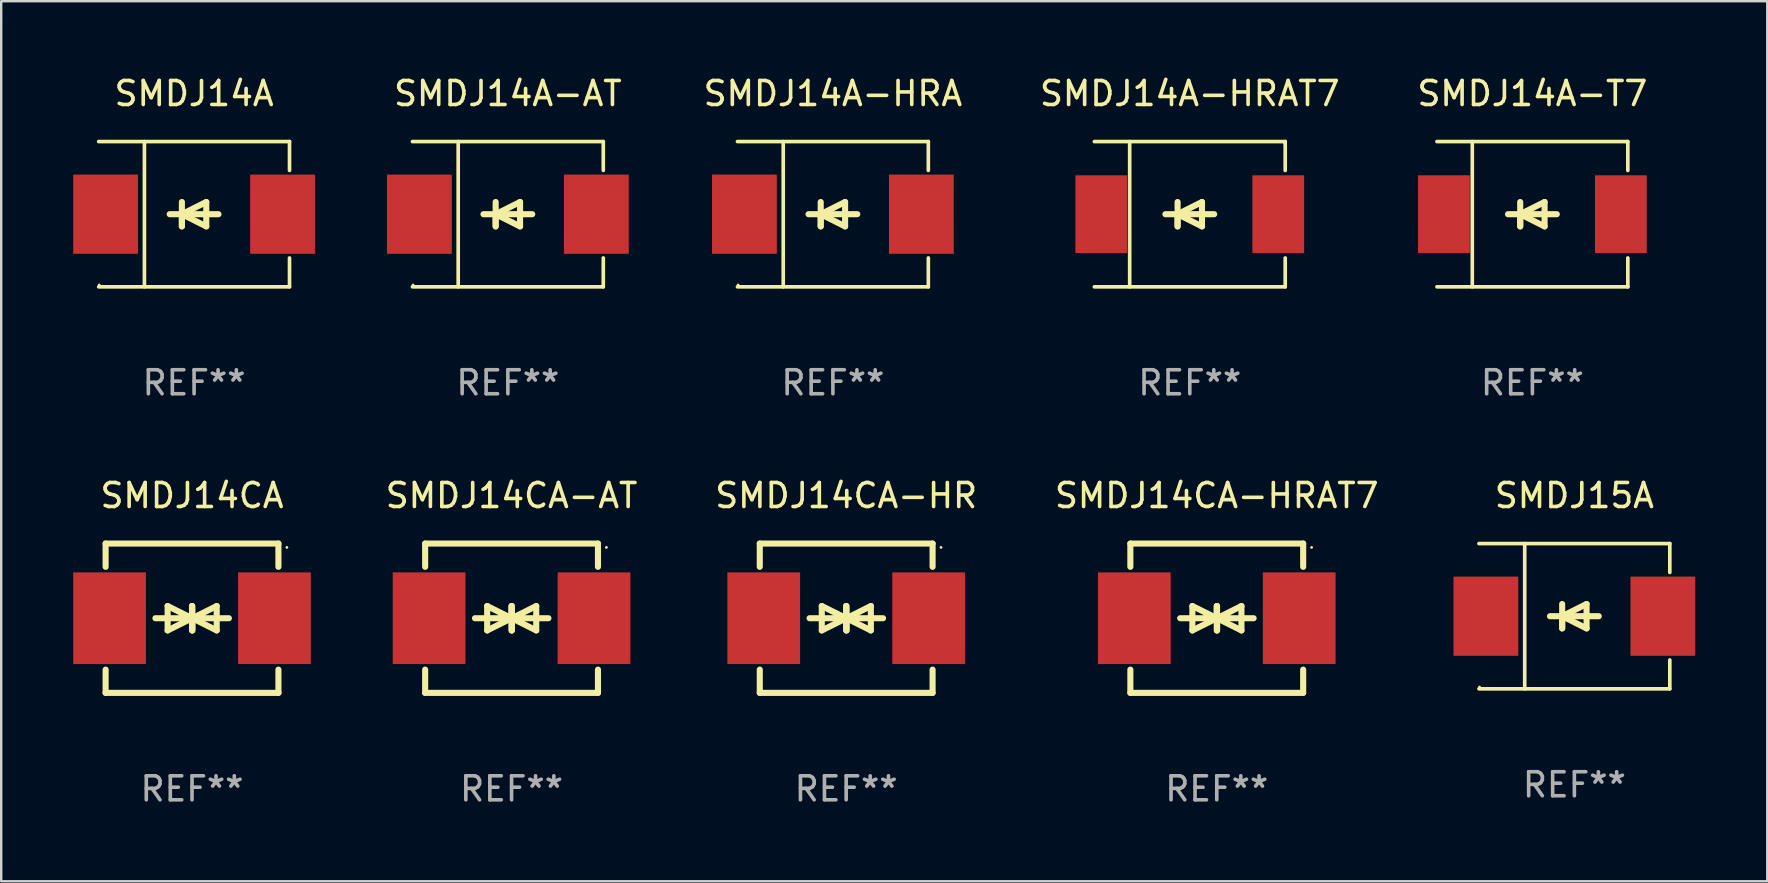
<source format=kicad_pcb>
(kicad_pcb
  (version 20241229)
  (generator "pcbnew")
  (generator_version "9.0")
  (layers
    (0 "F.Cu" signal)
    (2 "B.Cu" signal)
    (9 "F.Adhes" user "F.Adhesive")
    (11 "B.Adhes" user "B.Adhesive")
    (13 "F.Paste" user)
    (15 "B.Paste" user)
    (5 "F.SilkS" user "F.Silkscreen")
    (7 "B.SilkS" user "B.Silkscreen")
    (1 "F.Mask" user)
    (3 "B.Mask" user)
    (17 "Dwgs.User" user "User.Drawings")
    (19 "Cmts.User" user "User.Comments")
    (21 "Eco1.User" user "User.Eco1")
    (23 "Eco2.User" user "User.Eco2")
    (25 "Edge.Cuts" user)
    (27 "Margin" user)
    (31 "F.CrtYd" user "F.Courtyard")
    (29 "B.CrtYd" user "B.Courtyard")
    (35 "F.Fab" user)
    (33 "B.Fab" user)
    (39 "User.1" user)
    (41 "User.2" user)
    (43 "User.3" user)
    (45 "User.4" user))
  (footprint "SMDJ14A-HRAT7"
    (layer "F.Cu")
    (at 46.52 5.874)
    (property "Reference" "SMDJ14A-HRAT7" (at 0 -5.026 0) (layer "F.SilkS") (effects (font (size 1 1) (thickness 0.15))))
    (attr through_hole)
    (fp_line (start -3.976 -3.026) (end 3.976 -3.026) (stroke (width 0.152) (type solid)) (layer "F.SilkS"))
    (fp_line (start -3.976 3.026) (end 3.976 3.026) (stroke (width 0.152) (type solid)) (layer "F.SilkS"))
    (fp_line (start -2.504 -3.026) (end -2.504 3.026) (stroke (width 0.152) (type solid)) (layer "F.SilkS"))
    (fp_line (start -0.508 0) (end -0.508 0.508) (stroke (width 0.254) (type solid)) (layer "F.SilkS"))
    (fp_line (start -0.508 0) (end 0.508 0.508) (stroke (width 0.254) (type solid)) (layer "F.SilkS"))
    (fp_line (start -0.508 0.508) (end -0.508 -0.508) (stroke (width 0.254) (type solid)) (layer "F.SilkS"))
    (fp_line (start 0.508 -0.508) (end -0.508 0) (stroke (width 0.254) (type solid)) (layer "F.SilkS"))
    (fp_line (start 0.508 0.508) (end 0.508 -0.508) (stroke (width 0.254) (type solid)) (layer "F.SilkS"))
    (fp_line (start 1.016 0) (end -1.016 0) (stroke (width 0.254) (type solid)) (layer "F.SilkS"))
    (fp_line (start 3.976 -3.026) (end 3.976 -1.823) (stroke (width 0.152) (type solid)) (layer "F.SilkS"))
    (fp_line (start 3.976 3.026) (end 3.976 1.823) (stroke (width 0.152) (type solid)) (layer "F.SilkS"))
    (fp_circle (center 3.95 -2.95) (end 3.98 -2.95) (stroke (width 0.06) (type solid)) (fill no) (layer "F.SilkS"))
    (fp_text user "REF**" (at 0 7.026 0) (layer "F.Fab") (effects (font (size 1 1) (thickness 0.15))))
    (pad "1" smd rect (at 3.686 0 180) (size 2.158 3.24) (layers "F.Cu" "F.Mask" "F.Paste"))
    (pad "2" smd rect (at -3.686 0 180) (size 2.158 3.24) (layers "F.Cu" "F.Mask" "F.Paste")))
  (footprint "SMDJ15A"
    (layer "F.Cu")
    (at 62.543 22.623)
    (property "Reference" "SMDJ15A" (at 0 -5.026 0) (layer "F.SilkS") (effects (font (size 1 1) (thickness 0.15))))
    (attr through_hole)
    (fp_line (start -3.976 -3.026) (end 3.976 -3.026) (stroke (width 0.152) (type solid)) (layer "F.SilkS"))
    (fp_line (start -3.976 3.026) (end 3.976 3.026) (stroke (width 0.152) (type solid)) (layer "F.SilkS"))
    (fp_line (start -2.069 -3.026) (end -2.069 3.026) (stroke (width 0.152) (type solid)) (layer "F.SilkS"))
    (fp_line (start -0.508 0) (end -0.508 0.508) (stroke (width 0.254) (type solid)) (layer "F.SilkS"))
    (fp_line (start -0.508 0) (end 0.508 0.508) (stroke (width 0.254) (type solid)) (layer "F.SilkS"))
    (fp_line (start -0.508 0.508) (end -0.508 -0.508) (stroke (width 0.254) (type solid)) (layer "F.SilkS"))
    (fp_line (start 0.508 -0.508) (end -0.508 0) (stroke (width 0.254) (type solid)) (layer "F.SilkS"))
    (fp_line (start 0.508 0.508) (end 0.508 -0.508) (stroke (width 0.254) (type solid)) (layer "F.SilkS"))
    (fp_line (start 1.016 0) (end -1.016 0) (stroke (width 0.254) (type solid)) (layer "F.SilkS"))
    (fp_line (start 3.976 -3.026) (end 3.976 -1.823) (stroke (width 0.152) (type solid)) (layer "F.SilkS"))
    (fp_line (start 3.976 3.026) (end 3.976 1.823) (stroke (width 0.152) (type solid)) (layer "F.SilkS"))
    (fp_circle (center -3.95 2.95) (end -3.92 2.95) (stroke (width 0.06) (type solid)) (fill no) (layer "F.SilkS"))
    (fp_text user "REF**" (at 0 7.026 0) (layer "F.Fab") (effects (font (size 1 1) (thickness 0.15))))
    (pad "1" smd rect (at -3.686 0) (size 2.7 3.3) (layers "F.Cu" "F.Mask" "F.Paste"))
    (pad "2" smd rect (at 3.686 0) (size 2.7 3.3) (layers "F.Cu" "F.Mask" "F.Paste")))
  (footprint "SMDJ14CA-HR"
    (layer "F.Cu")
    (at 32.204 22.707)
    (property "Reference" "SMDJ14CA-HR" (at 0 -5.11 0) (layer "F.SilkS") (effects (font (size 1 1) (thickness 0.15))))
    (attr through_hole)
    (fp_line (start -3.6 -2.141) (end -3.6 -3.11) (stroke (width 0.254) (type solid)) (layer "F.SilkS"))
    (fp_line (start -3.6 3.11) (end -3.6 2.141) (stroke (width 0.254) (type solid)) (layer "F.SilkS"))
    (fp_line (start -1.524 0) (end 0.508 0) (stroke (width 0.254) (type solid)) (layer "F.SilkS"))
    (fp_line (start -1.016 -0.508) (end -1.016 0.508) (stroke (width 0.254) (type solid)) (layer "F.SilkS"))
    (fp_line (start -1.016 0.508) (end 0 0) (stroke (width 0.254) (type solid)) (layer "F.SilkS"))
    (fp_line (start 0 -0.508) (end 0 0.508) (stroke (width 0.254) (type solid)) (layer "F.SilkS"))
    (fp_line (start 0 0) (end -1.016 -0.508) (stroke (width 0.254) (type solid)) (layer "F.SilkS"))
    (fp_line (start 0 0) (end 0 -0.508) (stroke (width 0.254) (type solid)) (layer "F.SilkS"))
    (fp_line (start 0.012 0) (end 0.012 0.508) (stroke (width 0.254) (type solid)) (layer "F.SilkS"))
    (fp_line (start 0.012 0) (end 1.028 0.508) (stroke (width 0.254) (type solid)) (layer "F.SilkS"))
    (fp_line (start 0.012 0.508) (end 0.012 -0.508) (stroke (width 0.254) (type solid)) (layer "F.SilkS"))
    (fp_line (start 1.028 -0.508) (end 0.012 0) (stroke (width 0.254) (type solid)) (layer "F.SilkS"))
    (fp_line (start 1.028 0.508) (end 1.028 -0.508) (stroke (width 0.254) (type solid)) (layer "F.SilkS"))
    (fp_line (start 1.536 0) (end -0.496 0) (stroke (width 0.254) (type solid)) (layer "F.SilkS"))
    (fp_line (start 3.6 -3.11) (end -3.6 -3.11) (stroke (width 0.254) (type solid)) (layer "F.SilkS"))
    (fp_line (start 3.6 -2.141) (end 3.6 -3.11) (stroke (width 0.254) (type solid)) (layer "F.SilkS"))
    (fp_line (start 3.6 3.11) (end -3.6 3.11) (stroke (width 0.254) (type solid)) (layer "F.SilkS"))
    (fp_line (start 3.6 3.11) (end 3.6 2.141) (stroke (width 0.254) (type solid)) (layer "F.SilkS"))
    (fp_circle (center 3.952 -2.95) (end 3.982 -2.95) (stroke (width 0.06) (type solid)) (fill no) (layer "F.SilkS"))
    (fp_text user "REF**" (at 0 7.11 0) (layer "F.Fab") (effects (font (size 1 1) (thickness 0.15))))
    (pad "1" smd rect (at 3.435 0) (size 3.03 3.82) (layers "F.Cu" "F.Mask" "F.Paste"))
    (pad "2" smd rect (at -3.435 0) (size 3.03 3.82) (layers "F.Cu" "F.Mask" "F.Paste")))
  (footprint "SMDJ14CA"
    (layer "F.Cu")
    (at 4.95 22.707)
    (property "Reference" "SMDJ14CA" (at 0 -5.11 0) (layer "F.SilkS") (effects (font (size 1 1) (thickness 0.15))))
    (attr through_hole)
    (fp_line (start -3.6 -2.141) (end -3.6 -3.11) (stroke (width 0.254) (type solid)) (layer "F.SilkS"))
    (fp_line (start -3.6 3.11) (end -3.6 2.141) (stroke (width 0.254) (type solid)) (layer "F.SilkS"))
    (fp_line (start -1.524 0) (end 0.508 0) (stroke (width 0.254) (type solid)) (layer "F.SilkS"))
    (fp_line (start -1.016 -0.508) (end -1.016 0.508) (stroke (width 0.254) (type solid)) (layer "F.SilkS"))
    (fp_line (start -1.016 0.508) (end 0 0) (stroke (width 0.254) (type solid)) (layer "F.SilkS"))
    (fp_line (start 0 -0.508) (end 0 0.508) (stroke (width 0.254) (type solid)) (layer "F.SilkS"))
    (fp_line (start 0 0) (end -1.016 -0.508) (stroke (width 0.254) (type solid)) (layer "F.SilkS"))
    (fp_line (start 0 0) (end 0 -0.508) (stroke (width 0.254) (type solid)) (layer "F.SilkS"))
    (fp_line (start 0.012 0) (end 0.012 0.508) (stroke (width 0.254) (type solid)) (layer "F.SilkS"))
    (fp_line (start 0.012 0) (end 1.028 0.508) (stroke (width 0.254) (type solid)) (layer "F.SilkS"))
    (fp_line (start 0.012 0.508) (end 0.012 -0.508) (stroke (width 0.254) (type solid)) (layer "F.SilkS"))
    (fp_line (start 1.028 -0.508) (end 0.012 0) (stroke (width 0.254) (type solid)) (layer "F.SilkS"))
    (fp_line (start 1.028 0.508) (end 1.028 -0.508) (stroke (width 0.254) (type solid)) (layer "F.SilkS"))
    (fp_line (start 1.536 0) (end -0.496 0) (stroke (width 0.254) (type solid)) (layer "F.SilkS"))
    (fp_line (start 3.6 -3.11) (end -3.6 -3.11) (stroke (width 0.254) (type solid)) (layer "F.SilkS"))
    (fp_line (start 3.6 -2.141) (end 3.6 -3.11) (stroke (width 0.254) (type solid)) (layer "F.SilkS"))
    (fp_line (start 3.6 3.11) (end -3.6 3.11) (stroke (width 0.254) (type solid)) (layer "F.SilkS"))
    (fp_line (start 3.6 3.11) (end 3.6 2.141) (stroke (width 0.254) (type solid)) (layer "F.SilkS"))
    (fp_circle (center 3.952 -2.95) (end 3.982 -2.95) (stroke (width 0.06) (type solid)) (fill no) (layer "F.SilkS"))
    (fp_text user "REF**" (at 0 7.11 0) (layer "F.Fab") (effects (font (size 1 1) (thickness 0.15))))
    (pad "1" smd rect (at 3.435 0) (size 3.03 3.82) (layers "F.Cu" "F.Mask" "F.Paste"))
    (pad "2" smd rect (at -3.435 0) (size 3.03 3.82) (layers "F.Cu" "F.Mask" "F.Paste")))
  (footprint "SMDJ14CA-HRAT7"
    (layer "F.Cu")
    (at 47.644 22.707)
    (property "Reference" "SMDJ14CA-HRAT7" (at 0 -5.11 0) (layer "F.SilkS") (effects (font (size 1 1) (thickness 0.15))))
    (attr through_hole)
    (fp_line (start -3.6 -2.141) (end -3.6 -3.11) (stroke (width 0.254) (type solid)) (layer "F.SilkS"))
    (fp_line (start -3.6 3.11) (end -3.6 2.141) (stroke (width 0.254) (type solid)) (layer "F.SilkS"))
    (fp_line (start -1.524 0) (end 0.508 0) (stroke (width 0.254) (type solid)) (layer "F.SilkS"))
    (fp_line (start -1.016 -0.508) (end -1.016 0.508) (stroke (width 0.254) (type solid)) (layer "F.SilkS"))
    (fp_line (start -1.016 0.508) (end 0 0) (stroke (width 0.254) (type solid)) (layer "F.SilkS"))
    (fp_line (start 0 -0.508) (end 0 0.508) (stroke (width 0.254) (type solid)) (layer "F.SilkS"))
    (fp_line (start 0 0) (end -1.016 -0.508) (stroke (width 0.254) (type solid)) (layer "F.SilkS"))
    (fp_line (start 0 0) (end 0 -0.508) (stroke (width 0.254) (type solid)) (layer "F.SilkS"))
    (fp_line (start 0.012 0) (end 0.012 0.508) (stroke (width 0.254) (type solid)) (layer "F.SilkS"))
    (fp_line (start 0.012 0) (end 1.028 0.508) (stroke (width 0.254) (type solid)) (layer "F.SilkS"))
    (fp_line (start 0.012 0.508) (end 0.012 -0.508) (stroke (width 0.254) (type solid)) (layer "F.SilkS"))
    (fp_line (start 1.028 -0.508) (end 0.012 0) (stroke (width 0.254) (type solid)) (layer "F.SilkS"))
    (fp_line (start 1.028 0.508) (end 1.028 -0.508) (stroke (width 0.254) (type solid)) (layer "F.SilkS"))
    (fp_line (start 1.536 0) (end -0.496 0) (stroke (width 0.254) (type solid)) (layer "F.SilkS"))
    (fp_line (start 3.6 -3.11) (end -3.6 -3.11) (stroke (width 0.254) (type solid)) (layer "F.SilkS"))
    (fp_line (start 3.6 -2.141) (end 3.6 -3.11) (stroke (width 0.254) (type solid)) (layer "F.SilkS"))
    (fp_line (start 3.6 3.11) (end -3.6 3.11) (stroke (width 0.254) (type solid)) (layer "F.SilkS"))
    (fp_line (start 3.6 3.11) (end 3.6 2.141) (stroke (width 0.254) (type solid)) (layer "F.SilkS"))
    (fp_circle (center 3.952 -2.95) (end 3.982 -2.95) (stroke (width 0.06) (type solid)) (fill no) (layer "F.SilkS"))
    (fp_text user "REF**" (at 0 7.11 0) (layer "F.Fab") (effects (font (size 1 1) (thickness 0.15))))
    (pad "1" smd rect (at 3.435 0) (size 3.03 3.82) (layers "F.Cu" "F.Mask" "F.Paste"))
    (pad "2" smd rect (at -3.435 0) (size 3.03 3.82) (layers "F.Cu" "F.Mask" "F.Paste")))
  (footprint "SMDJ14A-HRA"
    (layer "F.Cu")
    (at 31.651 5.874)
    (property "Reference" "SMDJ14A-HRA" (at 0 -5.026 0) (layer "F.SilkS") (effects (font (size 1 1) (thickness 0.15))))
    (attr through_hole)
    (fp_line (start -3.976 -3.026) (end 3.976 -3.026) (stroke (width 0.152) (type solid)) (layer "F.SilkS"))
    (fp_line (start -3.976 3.026) (end 3.976 3.026) (stroke (width 0.152) (type solid)) (layer "F.SilkS"))
    (fp_line (start -2.069 -3.026) (end -2.069 3.026) (stroke (width 0.152) (type solid)) (layer "F.SilkS"))
    (fp_line (start -0.508 0) (end -0.508 0.508) (stroke (width 0.254) (type solid)) (layer "F.SilkS"))
    (fp_line (start -0.508 0) (end 0.508 0.508) (stroke (width 0.254) (type solid)) (layer "F.SilkS"))
    (fp_line (start -0.508 0.508) (end -0.508 -0.508) (stroke (width 0.254) (type solid)) (layer "F.SilkS"))
    (fp_line (start 0.508 -0.508) (end -0.508 0) (stroke (width 0.254) (type solid)) (layer "F.SilkS"))
    (fp_line (start 0.508 0.508) (end 0.508 -0.508) (stroke (width 0.254) (type solid)) (layer "F.SilkS"))
    (fp_line (start 1.016 0) (end -1.016 0) (stroke (width 0.254) (type solid)) (layer "F.SilkS"))
    (fp_line (start 3.976 -3.026) (end 3.976 -1.823) (stroke (width 0.152) (type solid)) (layer "F.SilkS"))
    (fp_line (start 3.976 3.026) (end 3.976 1.823) (stroke (width 0.152) (type solid)) (layer "F.SilkS"))
    (fp_circle (center -3.95 2.95) (end -3.92 2.95) (stroke (width 0.06) (type solid)) (fill no) (layer "F.SilkS"))
    (fp_text user "REF**" (at 0 7.026 0) (layer "F.Fab") (effects (font (size 1 1) (thickness 0.15))))
    (pad "1" smd rect (at -3.686 0) (size 2.7 3.3) (layers "F.Cu" "F.Mask" "F.Paste"))
    (pad "2" smd rect (at 3.686 0) (size 2.7 3.3) (layers "F.Cu" "F.Mask" "F.Paste")))
  (footprint "SMDJ14A-T7"
    (layer "F.Cu")
    (at 60.794 5.874)
    (property "Reference" "SMDJ14A-T7" (at 0 -5.026 0) (layer "F.SilkS") (effects (font (size 1 1) (thickness 0.15))))
    (attr through_hole)
    (fp_line (start -3.976 -3.026) (end 3.976 -3.026) (stroke (width 0.152) (type solid)) (layer "F.SilkS"))
    (fp_line (start -3.976 3.026) (end 3.976 3.026) (stroke (width 0.152) (type solid)) (layer "F.SilkS"))
    (fp_line (start -2.504 -3.026) (end -2.504 3.026) (stroke (width 0.152) (type solid)) (layer "F.SilkS"))
    (fp_line (start -0.508 0) (end -0.508 0.508) (stroke (width 0.254) (type solid)) (layer "F.SilkS"))
    (fp_line (start -0.508 0) (end 0.508 0.508) (stroke (width 0.254) (type solid)) (layer "F.SilkS"))
    (fp_line (start -0.508 0.508) (end -0.508 -0.508) (stroke (width 0.254) (type solid)) (layer "F.SilkS"))
    (fp_line (start 0.508 -0.508) (end -0.508 0) (stroke (width 0.254) (type solid)) (layer "F.SilkS"))
    (fp_line (start 0.508 0.508) (end 0.508 -0.508) (stroke (width 0.254) (type solid)) (layer "F.SilkS"))
    (fp_line (start 1.016 0) (end -1.016 0) (stroke (width 0.254) (type solid)) (layer "F.SilkS"))
    (fp_line (start 3.976 -3.026) (end 3.976 -1.823) (stroke (width 0.152) (type solid)) (layer "F.SilkS"))
    (fp_line (start 3.976 3.026) (end 3.976 1.823) (stroke (width 0.152) (type solid)) (layer "F.SilkS"))
    (fp_circle (center 3.95 -2.95) (end 3.98 -2.95) (stroke (width 0.06) (type solid)) (fill no) (layer "F.SilkS"))
    (fp_text user "REF**" (at 0 7.026 0) (layer "F.Fab") (effects (font (size 1 1) (thickness 0.15))))
    (pad "1" smd rect (at 3.686 0 180) (size 2.158 3.24) (layers "F.Cu" "F.Mask" "F.Paste"))
    (pad "2" smd rect (at -3.686 0 180) (size 2.158 3.24) (layers "F.Cu" "F.Mask" "F.Paste")))
  (footprint "SMDJ14CA-AT"
    (layer "F.Cu")
    (at 18.263 22.707)
    (property "Reference" "SMDJ14CA-AT" (at 0 -5.11 0) (layer "F.SilkS") (effects (font (size 1 1) (thickness 0.15))))
    (attr through_hole)
    (fp_line (start -3.6 -2.141) (end -3.6 -3.11) (stroke (width 0.254) (type solid)) (layer "F.SilkS"))
    (fp_line (start -3.6 3.11) (end -3.6 2.141) (stroke (width 0.254) (type solid)) (layer "F.SilkS"))
    (fp_line (start -1.524 0) (end 0.508 0) (stroke (width 0.254) (type solid)) (layer "F.SilkS"))
    (fp_line (start -1.016 -0.508) (end -1.016 0.508) (stroke (width 0.254) (type solid)) (layer "F.SilkS"))
    (fp_line (start -1.016 0.508) (end 0 0) (stroke (width 0.254) (type solid)) (layer "F.SilkS"))
    (fp_line (start 0 -0.508) (end 0 0.508) (stroke (width 0.254) (type solid)) (layer "F.SilkS"))
    (fp_line (start 0 0) (end -1.016 -0.508) (stroke (width 0.254) (type solid)) (layer "F.SilkS"))
    (fp_line (start 0 0) (end 0 -0.508) (stroke (width 0.254) (type solid)) (layer "F.SilkS"))
    (fp_line (start 0.012 0) (end 0.012 0.508) (stroke (width 0.254) (type solid)) (layer "F.SilkS"))
    (fp_line (start 0.012 0) (end 1.028 0.508) (stroke (width 0.254) (type solid)) (layer "F.SilkS"))
    (fp_line (start 0.012 0.508) (end 0.012 -0.508) (stroke (width 0.254) (type solid)) (layer "F.SilkS"))
    (fp_line (start 1.028 -0.508) (end 0.012 0) (stroke (width 0.254) (type solid)) (layer "F.SilkS"))
    (fp_line (start 1.028 0.508) (end 1.028 -0.508) (stroke (width 0.254) (type solid)) (layer "F.SilkS"))
    (fp_line (start 1.536 0) (end -0.496 0) (stroke (width 0.254) (type solid)) (layer "F.SilkS"))
    (fp_line (start 3.6 -3.11) (end -3.6 -3.11) (stroke (width 0.254) (type solid)) (layer "F.SilkS"))
    (fp_line (start 3.6 -2.141) (end 3.6 -3.11) (stroke (width 0.254) (type solid)) (layer "F.SilkS"))
    (fp_line (start 3.6 3.11) (end -3.6 3.11) (stroke (width 0.254) (type solid)) (layer "F.SilkS"))
    (fp_line (start 3.6 3.11) (end 3.6 2.141) (stroke (width 0.254) (type solid)) (layer "F.SilkS"))
    (fp_circle (center 3.952 -2.95) (end 3.982 -2.95) (stroke (width 0.06) (type solid)) (fill no) (layer "F.SilkS"))
    (fp_text user "REF**" (at 0 7.11 0) (layer "F.Fab") (effects (font (size 1 1) (thickness 0.15))))
    (pad "1" smd rect (at 3.435 0) (size 3.03 3.82) (layers "F.Cu" "F.Mask" "F.Paste"))
    (pad "2" smd rect (at -3.435 0) (size 3.03 3.82) (layers "F.Cu" "F.Mask" "F.Paste")))
  (footprint "SMDJ14A"
    (layer "F.Cu")
    (at 5.036 5.874)
    (property "Reference" "SMDJ14A" (at 0 -5.026 0) (layer "F.SilkS") (effects (font (size 1 1) (thickness 0.15))))
    (attr through_hole)
    (fp_line (start -3.976 -3.026) (end 3.976 -3.026) (stroke (width 0.152) (type solid)) (layer "F.SilkS"))
    (fp_line (start -3.976 3.026) (end 3.976 3.026) (stroke (width 0.152) (type solid)) (layer "F.SilkS"))
    (fp_line (start -2.069 -3.026) (end -2.069 3.026) (stroke (width 0.152) (type solid)) (layer "F.SilkS"))
    (fp_line (start -0.508 0) (end -0.508 0.508) (stroke (width 0.254) (type solid)) (layer "F.SilkS"))
    (fp_line (start -0.508 0) (end 0.508 0.508) (stroke (width 0.254) (type solid)) (layer "F.SilkS"))
    (fp_line (start -0.508 0.508) (end -0.508 -0.508) (stroke (width 0.254) (type solid)) (layer "F.SilkS"))
    (fp_line (start 0.508 -0.508) (end -0.508 0) (stroke (width 0.254) (type solid)) (layer "F.SilkS"))
    (fp_line (start 0.508 0.508) (end 0.508 -0.508) (stroke (width 0.254) (type solid)) (layer "F.SilkS"))
    (fp_line (start 1.016 0) (end -1.016 0) (stroke (width 0.254) (type solid)) (layer "F.SilkS"))
    (fp_line (start 3.976 -3.026) (end 3.976 -1.823) (stroke (width 0.152) (type solid)) (layer "F.SilkS"))
    (fp_line (start 3.976 3.026) (end 3.976 1.823) (stroke (width 0.152) (type solid)) (layer "F.SilkS"))
    (fp_circle (center -3.95 2.95) (end -3.92 2.95) (stroke (width 0.06) (type solid)) (fill no) (layer "F.SilkS"))
    (fp_text user "REF**" (at 0 7.026 0) (layer "F.Fab") (effects (font (size 1 1) (thickness 0.15))))
    (pad "1" smd rect (at -3.686 0) (size 2.7 3.3) (layers "F.Cu" "F.Mask" "F.Paste"))
    (pad "2" smd rect (at 3.686 0) (size 2.7 3.3) (layers "F.Cu" "F.Mask" "F.Paste")))
  (footprint "SMDJ14A-AT"
    (layer "F.Cu")
    (at 18.109 5.874)
    (property "Reference" "SMDJ14A-AT" (at 0 -5.026 0) (layer "F.SilkS") (effects (font (size 1 1) (thickness 0.15))))
    (attr through_hole)
    (fp_line (start -3.976 -3.026) (end 3.976 -3.026) (stroke (width 0.152) (type solid)) (layer "F.SilkS"))
    (fp_line (start -3.976 3.026) (end 3.976 3.026) (stroke (width 0.152) (type solid)) (layer "F.SilkS"))
    (fp_line (start -2.069 -3.026) (end -2.069 3.026) (stroke (width 0.152) (type solid)) (layer "F.SilkS"))
    (fp_line (start -0.508 0) (end -0.508 0.508) (stroke (width 0.254) (type solid)) (layer "F.SilkS"))
    (fp_line (start -0.508 0) (end 0.508 0.508) (stroke (width 0.254) (type solid)) (layer "F.SilkS"))
    (fp_line (start -0.508 0.508) (end -0.508 -0.508) (stroke (width 0.254) (type solid)) (layer "F.SilkS"))
    (fp_line (start 0.508 -0.508) (end -0.508 0) (stroke (width 0.254) (type solid)) (layer "F.SilkS"))
    (fp_line (start 0.508 0.508) (end 0.508 -0.508) (stroke (width 0.254) (type solid)) (layer "F.SilkS"))
    (fp_line (start 1.016 0) (end -1.016 0) (stroke (width 0.254) (type solid)) (layer "F.SilkS"))
    (fp_line (start 3.976 -3.026) (end 3.976 -1.823) (stroke (width 0.152) (type solid)) (layer "F.SilkS"))
    (fp_line (start 3.976 3.026) (end 3.976 1.823) (stroke (width 0.152) (type solid)) (layer "F.SilkS"))
    (fp_circle (center -3.95 2.95) (end -3.92 2.95) (stroke (width 0.06) (type solid)) (fill no) (layer "F.SilkS"))
    (fp_text user "REF**" (at 0 7.026 0) (layer "F.Fab") (effects (font (size 1 1) (thickness 0.15))))
    (pad "1" smd rect (at -3.686 0) (size 2.7 3.3) (layers "F.Cu" "F.Mask" "F.Paste"))
    (pad "2" smd rect (at 3.686 0) (size 2.7 3.3) (layers "F.Cu" "F.Mask" "F.Paste")))
  (gr_rect
    (start -3 -3)
    (end 70.58 33.665)
    (stroke (width 0.1) (type default))
    (fill no)
    (layer "Edge.Cuts")))
</source>
